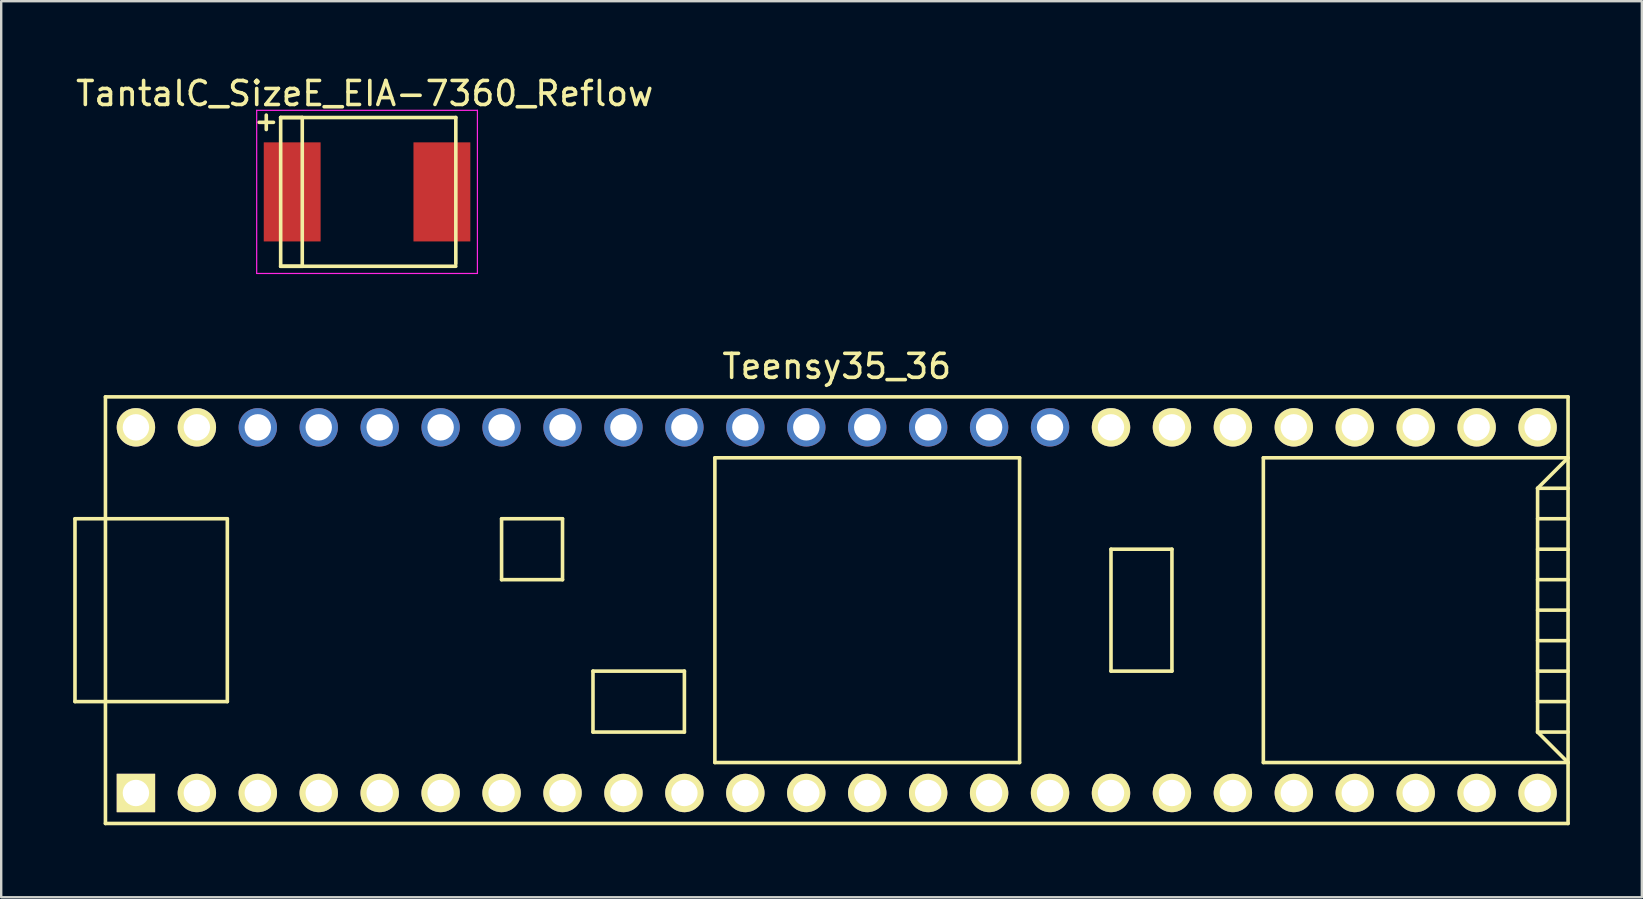
<source format=kicad_pcb>
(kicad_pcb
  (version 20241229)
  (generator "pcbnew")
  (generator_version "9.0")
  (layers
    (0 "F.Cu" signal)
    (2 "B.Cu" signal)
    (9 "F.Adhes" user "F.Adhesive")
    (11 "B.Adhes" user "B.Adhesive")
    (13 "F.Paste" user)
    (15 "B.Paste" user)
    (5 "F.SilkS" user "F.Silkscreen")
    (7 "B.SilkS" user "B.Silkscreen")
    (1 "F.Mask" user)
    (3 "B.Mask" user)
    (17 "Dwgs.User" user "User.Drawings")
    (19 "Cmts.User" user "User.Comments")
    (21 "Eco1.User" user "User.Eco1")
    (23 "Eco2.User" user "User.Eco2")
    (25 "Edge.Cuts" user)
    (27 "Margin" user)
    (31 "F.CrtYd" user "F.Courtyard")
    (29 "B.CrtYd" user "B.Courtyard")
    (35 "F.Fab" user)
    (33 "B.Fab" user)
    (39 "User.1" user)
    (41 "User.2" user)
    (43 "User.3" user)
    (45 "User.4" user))
  (footprint "TantalC_SizeE_EIA-7360_Reflow"
    (layer "F.Cu")
    (at 12.248 4.948)
    (property "Reference" "TantalC_SizeE_EIA-7360_Reflow" (at -0.099 -4.1 0) (layer "F.SilkS") (effects (font (size 1 1) (thickness 0.15))))
    (attr smd)
    (fp_line (start -4.5 -2.9) (end -3.9 -2.9) (stroke (width 0.15) (type solid)) (layer "F.SilkS"))
    (fp_line (start -4.2 -3.2) (end -4.2 -2.6) (stroke (width 0.15) (type solid)) (layer "F.SilkS"))
    (fp_line (start -3.6 -3.1) (end -3.6 3.1) (stroke (width 0.15) (type solid)) (layer "F.SilkS"))
    (fp_line (start -3.6 -3.1) (end 3.7 -3.1) (stroke (width 0.15) (type solid)) (layer "F.SilkS"))
    (fp_line (start -3.6 3.1) (end -2.7 3.1) (stroke (width 0.15) (type solid)) (layer "F.SilkS"))
    (fp_line (start -2.7 -3.1) (end -3.6 -3.1) (stroke (width 0.15) (type solid)) (layer "F.SilkS"))
    (fp_line (start -2.7 3.1) (end -2.7 -3.1) (stroke (width 0.15) (type solid)) (layer "F.SilkS"))
    (fp_line (start 3.7 -3.1) (end 3.7 3) (stroke (width 0.15) (type solid)) (layer "F.SilkS"))
    (fp_line (start 3.7 3.1) (end -3.6 3.1) (stroke (width 0.15) (type solid)) (layer "F.SilkS"))
    (fp_line (start -4.6 -3.4) (end -4.6 3.4) (stroke (width 0.05) (type solid)) (layer "F.CrtYd"))
    (fp_line (start -4.6 3.4) (end 4.6 3.4) (stroke (width 0.05) (type solid)) (layer "F.CrtYd"))
    (fp_line (start 4.6 -3.4) (end -4.6 -3.4) (stroke (width 0.05) (type solid)) (layer "F.CrtYd"))
    (fp_line (start 4.6 3.4) (end 4.6 -3.4) (stroke (width 0.05) (type solid)) (layer "F.CrtYd"))
    (pad "1" smd rect (at -3.12 0) (size 2.37 4.13) (layers "F.Cu" "F.Mask" "F.Paste"))
    (pad "2" smd rect (at 3.12 0) (size 2.37 4.13) (layers "F.Cu" "F.Mask" "F.Paste")))
  (footprint "Teensy35_36"
    (layer "F.Cu")
    (at 31.825 22.381)
    (property "Reference" "Teensy35_36" (at 0 -10.16 0) (layer "F.SilkS") (effects (font (size 1 1) (thickness 0.15))))
    (attr through_hole)
    (fp_line (start -31.75 -3.81) (end -30.48 -3.81) (stroke (width 0.15) (type solid)) (layer "F.SilkS"))
    (fp_line (start -31.75 3.81) (end -31.75 -3.81) (stroke (width 0.15) (type solid)) (layer "F.SilkS"))
    (fp_line (start -30.48 3.81) (end -31.75 3.81) (stroke (width 0.15) (type solid)) (layer "F.SilkS"))
    (fp_line (start -30.48 8.89) (end -30.48 -8.89) (stroke (width 0.15) (type solid)) (layer "F.SilkS"))
    (fp_line (start -30.48 8.89) (end 30.48 8.89) (stroke (width 0.15) (type solid)) (layer "F.SilkS"))
    (fp_line (start -25.4 -3.81) (end -30.48 -3.81) (stroke (width 0.15) (type solid)) (layer "F.SilkS"))
    (fp_line (start -25.4 3.81) (end -30.48 3.81) (stroke (width 0.15) (type solid)) (layer "F.SilkS"))
    (fp_line (start -25.4 3.81) (end -25.4 -3.81) (stroke (width 0.15) (type solid)) (layer "F.SilkS"))
    (fp_line (start -13.97 -3.81) (end -13.97 -1.27) (stroke (width 0.15) (type solid)) (layer "F.SilkS"))
    (fp_line (start -13.97 -1.27) (end -11.43 -1.27) (stroke (width 0.15) (type solid)) (layer "F.SilkS"))
    (fp_line (start -11.43 -3.81) (end -13.97 -3.81) (stroke (width 0.15) (type solid)) (layer "F.SilkS"))
    (fp_line (start -11.43 -1.27) (end -11.43 -3.81) (stroke (width 0.15) (type solid)) (layer "F.SilkS"))
    (fp_line (start -10.16 2.54) (end -6.35 2.54) (stroke (width 0.15) (type solid)) (layer "F.SilkS"))
    (fp_line (start -10.16 5.08) (end -10.16 2.54) (stroke (width 0.15) (type solid)) (layer "F.SilkS"))
    (fp_line (start -6.35 2.54) (end -6.35 5.08) (stroke (width 0.15) (type solid)) (layer "F.SilkS"))
    (fp_line (start -6.35 5.08) (end -10.16 5.08) (stroke (width 0.15) (type solid)) (layer "F.SilkS"))
    (fp_line (start -5.08 -6.35) (end -5.08 6.35) (stroke (width 0.15) (type solid)) (layer "F.SilkS"))
    (fp_line (start -5.08 -6.35) (end 7.62 -6.35) (stroke (width 0.15) (type solid)) (layer "F.SilkS"))
    (fp_line (start -5.08 6.35) (end 7.62 6.35) (stroke (width 0.15) (type solid)) (layer "F.SilkS"))
    (fp_line (start 7.62 6.35) (end 7.62 -6.35) (stroke (width 0.15) (type solid)) (layer "F.SilkS"))
    (fp_line (start 11.43 -2.54) (end 13.97 -2.54) (stroke (width 0.15) (type solid)) (layer "F.SilkS"))
    (fp_line (start 11.43 2.54) (end 11.43 -2.54) (stroke (width 0.15) (type solid)) (layer "F.SilkS"))
    (fp_line (start 13.97 -2.54) (end 13.97 2.54) (stroke (width 0.15) (type solid)) (layer "F.SilkS"))
    (fp_line (start 13.97 2.54) (end 11.43 2.54) (stroke (width 0.15) (type solid)) (layer "F.SilkS"))
    (fp_line (start 17.78 -6.35) (end 17.78 6.35) (stroke (width 0.15) (type solid)) (layer "F.SilkS"))
    (fp_line (start 17.78 6.35) (end 30.48 6.35) (stroke (width 0.15) (type solid)) (layer "F.SilkS"))
    (fp_line (start 29.21 -5.08) (end 30.48 -6.35) (stroke (width 0.15) (type solid)) (layer "F.SilkS"))
    (fp_line (start 29.21 -5.08) (end 30.48 -5.08) (stroke (width 0.15) (type solid)) (layer "F.SilkS"))
    (fp_line (start 29.21 -3.81) (end 30.48 -3.81) (stroke (width 0.15) (type solid)) (layer "F.SilkS"))
    (fp_line (start 29.21 -2.54) (end 30.48 -2.54) (stroke (width 0.15) (type solid)) (layer "F.SilkS"))
    (fp_line (start 29.21 -1.27) (end 30.48 -1.27) (stroke (width 0.15) (type solid)) (layer "F.SilkS"))
    (fp_line (start 29.21 0) (end 30.48 0) (stroke (width 0.15) (type solid)) (layer "F.SilkS"))
    (fp_line (start 29.21 1.27) (end 30.48 1.27) (stroke (width 0.15) (type solid)) (layer "F.SilkS"))
    (fp_line (start 29.21 2.54) (end 30.48 2.54) (stroke (width 0.15) (type solid)) (layer "F.SilkS"))
    (fp_line (start 29.21 3.81) (end 30.48 3.81) (stroke (width 0.15) (type solid)) (layer "F.SilkS"))
    (fp_line (start 29.21 5.08) (end 29.21 -5.08) (stroke (width 0.15) (type solid)) (layer "F.SilkS"))
    (fp_line (start 29.21 5.08) (end 30.48 5.08) (stroke (width 0.15) (type solid)) (layer "F.SilkS"))
    (fp_line (start 30.48 -8.89) (end -30.48 -8.89) (stroke (width 0.15) (type solid)) (layer "F.SilkS"))
    (fp_line (start 30.48 -8.89) (end 30.48 8.89) (stroke (width 0.15) (type solid)) (layer "F.SilkS"))
    (fp_line (start 30.48 -6.35) (end 17.78 -6.35) (stroke (width 0.15) (type solid)) (layer "F.SilkS"))
    (fp_line (start 30.48 6.35) (end 29.21 5.08) (stroke (width 0.15) (type solid)) (layer "F.SilkS"))
    (pad "1" thru_hole rect (at -29.21 7.62) (size 1.6 1.6) (drill 1.1) (layers "*.Cu" "*.Mask" "F.SilkS"))
    (pad "2" thru_hole circle (at -26.67 7.62) (size 1.6 1.6) (drill 1.1) (layers "*.Cu" "*.Mask" "F.SilkS"))
    (pad "3" thru_hole circle (at -24.13 7.62) (size 1.6 1.6) (drill 1.1) (layers "*.Cu" "*.Mask" "F.SilkS"))
    (pad "4" thru_hole circle (at -21.59 7.62) (size 1.6 1.6) (drill 1.1) (layers "*.Cu" "*.Mask" "F.SilkS"))
    (pad "5" thru_hole circle (at -19.05 7.62) (size 1.6 1.6) (drill 1.1) (layers "*.Cu" "*.Mask" "F.SilkS"))
    (pad "6" thru_hole circle (at -16.51 7.62) (size 1.6 1.6) (drill 1.1) (layers "*.Cu" "*.Mask" "F.SilkS"))
    (pad "7" thru_hole circle (at -13.97 7.62) (size 1.6 1.6) (drill 1.1) (layers "*.Cu" "*.Mask" "F.SilkS"))
    (pad "8" thru_hole circle (at -11.43 7.62) (size 1.6 1.6) (drill 1.1) (layers "*.Cu" "*.Mask" "F.SilkS"))
    (pad "9" thru_hole circle (at -8.89 7.62) (size 1.6 1.6) (drill 1.1) (layers "*.Cu" "*.Mask" "F.SilkS"))
    (pad "10" thru_hole circle (at -6.35 7.62) (size 1.6 1.6) (drill 1.1) (layers "*.Cu" "*.Mask" "F.SilkS"))
    (pad "11" thru_hole circle (at -3.81 7.62) (size 1.6 1.6) (drill 1.1) (layers "*.Cu" "*.Mask" "F.SilkS"))
    (pad "12" thru_hole circle (at -1.27 7.62) (size 1.6 1.6) (drill 1.1) (layers "*.Cu" "*.Mask" "F.SilkS"))
    (pad "13" thru_hole circle (at 1.27 7.62) (size 1.6 1.6) (drill 1.1) (layers "*.Cu" "*.Mask" "F.SilkS"))
    (pad "14" thru_hole circle (at 3.81 7.62) (size 1.6 1.6) (drill 1.1) (layers "*.Cu" "*.Mask" "F.SilkS"))
    (pad "15" thru_hole circle (at 6.35 7.62) (size 1.6 1.6) (drill 1.1) (layers "*.Cu" "*.Mask" "F.SilkS"))
    (pad "16" thru_hole circle (at 8.89 7.62) (size 1.6 1.6) (drill 1.1) (layers "*.Cu" "*.Mask" "F.SilkS"))
    (pad "17" thru_hole circle (at 11.43 7.62) (size 1.6 1.6) (drill 1.1) (layers "*.Cu" "*.Mask" "F.SilkS"))
    (pad "18" thru_hole circle (at 13.97 7.62) (size 1.6 1.6) (drill 1.1) (layers "*.Cu" "*.Mask" "F.SilkS"))
    (pad "19" thru_hole circle (at 16.51 7.62) (size 1.6 1.6) (drill 1.1) (layers "*.Cu" "*.Mask" "F.SilkS"))
    (pad "20" thru_hole circle (at 19.05 7.62) (size 1.6 1.6) (drill 1.1) (layers "*.Cu" "*.Mask" "F.SilkS"))
    (pad "21" thru_hole circle (at 21.59 7.62) (size 1.6 1.6) (drill 1.1) (layers "*.Cu" "*.Mask" "F.SilkS"))
    (pad "22" thru_hole circle (at 24.13 7.62) (size 1.6 1.6) (drill 1.1) (layers "*.Cu" "*.Mask" "F.SilkS"))
    (pad "23" thru_hole circle (at 26.67 7.62) (size 1.6 1.6) (drill 1.1) (layers "*.Cu" "*.Mask" "F.SilkS"))
    (pad "24" thru_hole circle (at 29.21 7.62) (size 1.6 1.6) (drill 1.1) (layers "*.Cu" "*.Mask" "F.SilkS"))
    (pad "30" thru_hole circle (at 29.21 -7.62) (size 1.6 1.6) (drill 1.1) (layers "*.Cu" "*.Mask" "F.SilkS"))
    (pad "31" thru_hole circle (at 26.67 -7.62) (size 1.6 1.6) (drill 1.1) (layers "*.Cu" "*.Mask" "F.SilkS"))
    (pad "32" thru_hole circle (at 24.13 -7.62) (size 1.6 1.6) (drill 1.1) (layers "*.Cu" "*.Mask" "F.SilkS"))
    (pad "33" thru_hole circle (at 21.59 -7.62) (size 1.6 1.6) (drill 1.1) (layers "*.Cu" "*.Mask" "F.SilkS"))
    (pad "34" thru_hole circle (at 19.05 -7.62) (size 1.6 1.6) (drill 1.1) (layers "*.Cu" "*.Mask" "F.SilkS"))
    (pad "35" thru_hole circle (at 16.51 -7.62) (size 1.6 1.6) (drill 1.1) (layers "*.Cu" "*.Mask" "F.SilkS"))
    (pad "36" thru_hole circle (at 13.97 -7.62) (size 1.6 1.6) (drill 1.1) (layers "*.Cu" "*.Mask" "F.SilkS"))
    (pad "37" thru_hole circle (at 11.43 -7.62) (size 1.6 1.6) (drill 1.1) (layers "*.Cu" "*.Mask" "F.SilkS"))
    (pad "38" thru_hole circle (at 8.89 -7.62) (size 1.6 1.6) (drill 1.1) (layers "*.Cu" "*.Mask"))
    (pad "39" thru_hole circle (at 6.35 -7.62) (size 1.6 1.6) (drill 1.1) (layers "*.Cu" "*.Mask"))
    (pad "40" thru_hole circle (at 3.81 -7.62) (size 1.6 1.6) (drill 1.1) (layers "*.Cu" "*.Mask"))
    (pad "41" thru_hole circle (at 1.27 -7.62) (size 1.6 1.6) (drill 1.1) (layers "*.Cu" "*.Mask"))
    (pad "42" thru_hole circle (at -1.27 -7.62) (size 1.6 1.6) (drill 1.1) (layers "*.Cu" "*.Mask"))
    (pad "43" thru_hole circle (at -3.81 -7.62) (size 1.6 1.6) (drill 1.1) (layers "*.Cu" "*.Mask"))
    (pad "44" thru_hole circle (at -6.35 -7.62) (size 1.6 1.6) (drill 1.1) (layers "*.Cu" "*.Mask"))
    (pad "45" thru_hole circle (at -8.89 -7.62) (size 1.6 1.6) (drill 1.1) (layers "*.Cu" "*.Mask"))
    (pad "46" thru_hole circle (at -11.43 -7.62) (size 1.6 1.6) (drill 1.1) (layers "*.Cu" "*.Mask"))
    (pad "47" thru_hole circle (at -13.97 -7.62) (size 1.6 1.6) (drill 1.1) (layers "*.Cu" "*.Mask"))
    (pad "48" thru_hole circle (at -16.51 -7.62) (size 1.6 1.6) (drill 1.1) (layers "*.Cu" "*.Mask"))
    (pad "49" thru_hole circle (at -19.05 -7.62) (size 1.6 1.6) (drill 1.1) (layers "*.Cu" "*.Mask"))
    (pad "50" thru_hole circle (at -21.59 -7.62) (size 1.6 1.6) (drill 1.1) (layers "*.Cu" "*.Mask"))
    (pad "51" thru_hole circle (at -24.13 -7.62) (size 1.6 1.6) (drill 1.1) (layers "*.Cu" "*.Mask"))
    (pad "52" thru_hole circle (at -26.67 -7.62) (size 1.6 1.6) (drill 1.1) (layers "*.Cu" "*.Mask" "F.SilkS"))
    (pad "53" thru_hole circle (at -29.21 -7.62) (size 1.6 1.6) (drill 1.1) (layers "*.Cu" "*.Mask" "F.SilkS")))
  (gr_rect
    (start -3 -3)
    (end 65.38 34.346)
    (stroke (width 0.1) (type default))
    (fill no)
    (layer "Edge.Cuts")))
</source>
